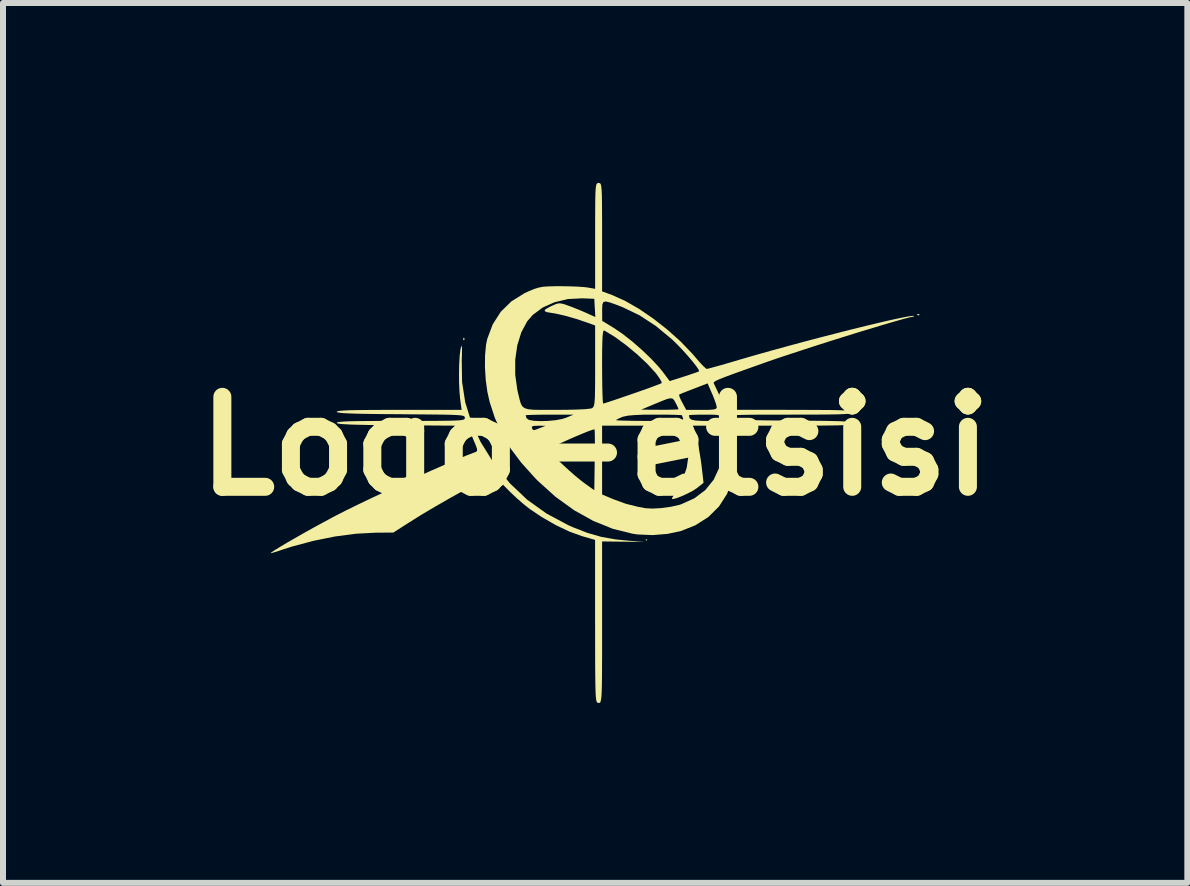
<source format=kicad_pcb>
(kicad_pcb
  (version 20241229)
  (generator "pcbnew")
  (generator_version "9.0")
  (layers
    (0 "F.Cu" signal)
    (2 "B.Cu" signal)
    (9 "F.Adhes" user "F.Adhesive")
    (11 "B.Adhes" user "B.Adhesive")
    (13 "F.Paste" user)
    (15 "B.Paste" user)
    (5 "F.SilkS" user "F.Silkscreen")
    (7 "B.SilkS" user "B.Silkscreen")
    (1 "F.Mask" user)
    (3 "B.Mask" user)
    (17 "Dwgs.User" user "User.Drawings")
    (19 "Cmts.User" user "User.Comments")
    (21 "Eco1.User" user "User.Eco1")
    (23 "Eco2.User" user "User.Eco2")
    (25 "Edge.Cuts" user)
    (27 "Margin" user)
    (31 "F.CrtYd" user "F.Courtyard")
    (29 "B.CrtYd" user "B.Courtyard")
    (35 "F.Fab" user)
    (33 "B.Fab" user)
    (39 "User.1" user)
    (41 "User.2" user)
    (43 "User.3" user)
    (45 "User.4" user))
  (footprint "Logo-etsisi"
    (layer "F.Cu")
    (at 6.871 4.387)
    (property "Reference" "Logo-etsisi" (at 0 0 0) (layer "F.SilkS") (effects (font (size 1.5 1.5) (thickness 0.3))))
    (attr board_only exclude_from_pos_files exclude_from_bom)
    (fp_poly (pts (xy 0.869 1.563) (xy 0.854 1.576) (xy 0.84 1.563) (xy 0.854 1.55)) (stroke (width 0) (type solid)) (fill yes) (layer "F.SilkS"))
    (fp_poly (pts (xy -2.182 -1.804) (xy -2.178 -1.772) (xy -2.182 -1.769) (xy -2.199 -1.772) (xy -2.201 -1.786) (xy -2.191 -1.808)) (stroke (width 0) (type solid)) (fill yes) (layer "F.SilkS"))
    (fp_poly (pts (xy 5.406 -2.198) (xy 5.402 -2.182) (xy 5.387 -2.18) (xy 5.363 -2.19) (xy 5.368 -2.198) (xy 5.402 -2.201)) (stroke (width 0) (type solid)) (fill yes) (layer "F.SilkS"))
    (fp_poly (pts (xy -2.221 -1.662) (xy -2.219 -1.607) (xy -2.221 -1.504) (xy -2.224 -1.425) (xy -2.218 -1.068) (xy -2.166 -0.732) (xy -2.065 -0.406) (xy -1.913 -0.077) (xy -1.899 -0.053) (xy -1.676 0.306) (xy -1.421 0.62) (xy -1.133 0.893) (xy -0.81 1.124) (xy -0.451 1.316) (xy -0.373 1.351) (xy -0.126 1.447) (xy 0.104 1.513) (xy 0.343 1.555) (xy 0.55 1.576) (xy 0.825 1.596) (xy 0.471 1.593) (xy 0.116 1.589) (xy 0.116 2.935) (xy 0.116 3.235) (xy 0.116 3.487) (xy 0.115 3.695) (xy 0.114 3.863) (xy 0.112 3.996) (xy 0.109 4.097) (xy 0.105 4.17) (xy 0.099 4.221) (xy 0.092 4.254) (xy 0.084 4.272) (xy 0.074 4.28) (xy 0.061 4.281) (xy 0.058 4.281) (xy 0.045 4.28) (xy 0.034 4.274) (xy 0.025 4.259) (xy 0.018 4.231) (xy 0.012 4.185) (xy 0.008 4.117) (xy 0.005 4.023) (xy 0.003 3.899) (xy 0.001 3.741) (xy 0.00016 3.544) (xy -0.000283 3.304) (xy -0.000481 3.017) (xy -0.001 2.922) (xy -0.001 1.563) (xy -0.22 1.5) (xy -0.428 1.425) (xy -0.657 1.316) (xy -0.892 1.181) (xy -1.087 1.05) (xy -1.189 0.97) (xy -1.304 0.87) (xy -1.419 0.762) (xy -1.523 0.656) (xy -1.604 0.565) (xy -1.645 0.51) (xy -1.662 0.49) (xy -1.689 0.486) (xy -1.736 0.5) (xy -1.813 0.536) (xy -1.916 0.59) (xy -2.158 0.72) (xy -2.414 0.863) (xy -2.668 1.009) (xy -2.904 1.149) (xy -3.094 1.268) (xy -3.364 1.441) (xy -3.661 1.443) (xy -3.984 1.46) (xy -4.336 1.506) (xy -4.697 1.579) (xy -5.052 1.674) (xy -5.196 1.72) (xy -5.294 1.753) (xy -5.37 1.776) (xy -5.409 1.786) (xy -5.409 1.786) (xy -5.399 1.773) (xy -5.346 1.737) (xy -5.258 1.683) (xy -5.142 1.613) (xy -5.004 1.534) (xy -4.852 1.447) (xy -4.694 1.359) (xy -4.535 1.272) (xy -4.384 1.191) (xy -4.33 1.162) (xy -4.159 1.075) (xy -3.956 0.975) (xy -3.728 0.866) (xy -3.484 0.751) (xy -3.232 0.635) (xy -2.981 0.52) (xy -2.738 0.411) (xy -2.513 0.312) (xy -2.312 0.225) (xy -2.145 0.156) (xy -2.02 0.108) (xy -2.009 0.104) (xy -1.98 0.092) (xy -1.967 0.074) (xy -1.97 0.041) (xy -1.992 -0.02) (xy -2.034 -0.118) (xy -2.038 -0.129) (xy -2.129 -0.34) (xy -3.212 -0.347) (xy -3.506 -0.35) (xy -3.747 -0.352) (xy -3.938 -0.356) (xy -4.084 -0.36) (xy -4.19 -0.366) (xy -4.26 -0.372) (xy -4.298 -0.38) (xy -4.308 -0.387) (xy -4.3 -0.396) (xy -4.266 -0.403) (xy -4.2 -0.409) (xy -4.099 -0.414) (xy -3.959 -0.417) (xy -3.774 -0.419) (xy -3.54 -0.42) (xy -3.253 -0.42) (xy -3.246 -0.42) (xy -2.969 -0.42) (xy -2.744 -0.421) (xy -2.566 -0.422) (xy -2.429 -0.424) (xy -2.328 -0.427) (xy -2.258 -0.431) (xy -2.213 -0.437) (xy -2.187 -0.445) (xy -2.175 -0.455) (xy -2.172 -0.468) (xy -2.172 -0.472) (xy -2.174 -0.486) (xy -2.182 -0.497) (xy -2.203 -0.506) (xy -2.242 -0.513) (xy -2.304 -0.518) (xy -2.396 -0.522) (xy -2.521 -0.525) (xy -2.687 -0.527) (xy -2.898 -0.529) (xy -3.161 -0.531) (xy -3.234 -0.532) (xy -3.525 -0.534) (xy -3.762 -0.537) (xy -3.95 -0.54) (xy -4.094 -0.545) (xy -4.197 -0.55) (xy -4.264 -0.557) (xy -4.3 -0.565) (xy -4.308 -0.571) (xy -4.3 -0.58) (xy -4.265 -0.587) (xy -4.2 -0.593) (xy -4.099 -0.598) (xy -3.957 -0.601) (xy -3.771 -0.603) (xy -3.536 -0.604) (xy -3.273 -0.604) (xy -2.225 -0.604) (xy -2.25 -0.781) (xy -2.261 -0.905) (xy -2.268 -1.053) (xy -2.269 -1.212) (xy -2.266 -1.367) (xy -2.258 -1.505) (xy -2.245 -1.61) (xy -2.238 -1.642) (xy -2.227 -1.673)) (stroke (width 0) (type solid)) (fill yes) (layer "F.SilkS"))
    (fp_poly (pts (xy 0.073 -4.385) (xy 0.086 -4.378) (xy 0.096 -4.359) (xy 0.103 -4.323) (xy 0.108 -4.266) (xy 0.112 -4.181) (xy 0.114 -4.065) (xy 0.115 -3.912) (xy 0.116 -3.716) (xy 0.116 -3.483) (xy 0.116 -2.58) (xy 0.282 -2.519) (xy 0.497 -2.423) (xy 0.729 -2.29) (xy 0.968 -2.127) (xy 1.203 -1.943) (xy 1.423 -1.746) (xy 1.618 -1.543) (xy 1.666 -1.487) (xy 1.74 -1.401) (xy 1.804 -1.333) (xy 1.849 -1.293) (xy 1.861 -1.287) (xy 1.897 -1.295) (xy 1.978 -1.317) (xy 2.098 -1.35) (xy 2.246 -1.393) (xy 2.415 -1.443) (xy 2.463 -1.457) (xy 2.691 -1.523) (xy 2.94 -1.593) (xy 3.202 -1.665) (xy 3.472 -1.738) (xy 3.745 -1.81) (xy 4.014 -1.879) (xy 4.273 -1.945) (xy 4.516 -2.005) (xy 4.738 -2.058) (xy 4.932 -2.103) (xy 5.092 -2.137) (xy 5.213 -2.161) (xy 5.288 -2.171) (xy 5.309 -2.171) (xy 5.315 -2.16) (xy 5.291 -2.156) (xy 5.241 -2.146) (xy 5.144 -2.121) (xy 5.006 -2.082) (xy 4.834 -2.032) (xy 4.635 -1.972) (xy 4.416 -1.906) (xy 4.184 -1.834) (xy 3.945 -1.759) (xy 3.706 -1.683) (xy 3.475 -1.608) (xy 3.258 -1.537) (xy 3.061 -1.472) (xy 2.893 -1.414) (xy 2.867 -1.405) (xy 2.622 -1.318) (xy 2.426 -1.248) (xy 2.273 -1.193) (xy 2.158 -1.15) (xy 2.077 -1.118) (xy 2.023 -1.094) (xy 1.992 -1.076) (xy 1.978 -1.063) (xy 1.976 -1.051) (xy 1.979 -1.044) (xy 1.997 -1.006) (xy 2.032 -0.933) (xy 2.076 -0.839) (xy 2.091 -0.808) (xy 2.187 -0.606) (xy 3.237 -0.605) (xy 3.514 -0.604) (xy 3.739 -0.603) (xy 3.916 -0.602) (xy 4.052 -0.599) (xy 4.151 -0.595) (xy 4.218 -0.59) (xy 4.26 -0.583) (xy 4.281 -0.575) (xy 4.286 -0.565) (xy 4.28 -0.554) (xy 4.259 -0.546) (xy 4.217 -0.539) (xy 4.148 -0.534) (xy 4.047 -0.53) (xy 3.91 -0.528) (xy 3.73 -0.526) (xy 3.503 -0.526) (xy 3.256 -0.525) (xy 2.984 -0.525) (xy 2.765 -0.525) (xy 2.593 -0.523) (xy 2.462 -0.521) (xy 2.367 -0.518) (xy 2.302 -0.513) (xy 2.262 -0.507) (xy 2.242 -0.498) (xy 2.235 -0.488) (xy 2.236 -0.479) (xy 2.242 -0.467) (xy 2.258 -0.457) (xy 2.29 -0.449) (xy 2.343 -0.443) (xy 2.423 -0.438) (xy 2.536 -0.435) (xy 2.687 -0.432) (xy 2.882 -0.429) (xy 3.126 -0.427) (xy 3.266 -0.426) (xy 3.539 -0.424) (xy 3.76 -0.422) (xy 3.934 -0.419) (xy 4.066 -0.416) (xy 4.162 -0.411) (xy 4.226 -0.405) (xy 4.265 -0.398) (xy 4.283 -0.389) (xy 4.286 -0.381) (xy 4.28 -0.37) (xy 4.258 -0.362) (xy 4.214 -0.355) (xy 4.144 -0.35) (xy 4.041 -0.346) (xy 3.901 -0.344) (xy 3.718 -0.342) (xy 3.486 -0.342) (xy 3.276 -0.341) (xy 2.265 -0.341) (xy 2.294 -0.23) (xy 2.312 -0.121) (xy 2.322 0.021) (xy 2.324 0.179) (xy 2.318 0.336) (xy 2.305 0.473) (xy 2.29 0.552) (xy 2.199 0.796) (xy 2.064 1.007) (xy 1.888 1.181) (xy 1.67 1.32) (xy 1.43 1.415) (xy 1.206 1.463) (xy 0.958 1.483) (xy 0.713 1.473) (xy 0.623 1.46) (xy 0.296 1.379) (xy -0.03 1.247) (xy -0.35 1.069) (xy -0.659 0.846) (xy -0.953 0.581) (xy -1.003 0.53) (xy -1.229 0.279) (xy -1.396 0.057) (xy -0.782 0.057) (xy -0.762 0.087) (xy -0.709 0.146) (xy -0.63 0.224) (xy -0.535 0.313) (xy -0.432 0.407) (xy -0.331 0.496) (xy -0.238 0.572) (xy -0.174 0.621) (xy -0.014 0.735) (xy -0.007 0.233) (xy -0.007 0.233) (xy 0.116 0.233) (xy 0.116 0.806) (xy 0.311 0.888) (xy 0.512 0.961) (xy 0.716 1.012) (xy 0.84 1.035) (xy 0.956 1.041) (xy 1.103 1.033) (xy 1.257 1.012) (xy 1.396 0.981) (xy 1.432 0.97) (xy 1.656 0.869) (xy 1.837 0.732) (xy 1.976 0.56) (xy 2.073 0.351) (xy 2.127 0.107) (xy 2.135 0.023) (xy 2.14 -0.09) (xy 2.14 -0.19) (xy 2.135 -0.26) (xy 2.132 -0.273) (xy 2.12 -0.306) (xy 2.099 -0.327) (xy 2.057 -0.337) (xy 1.98 -0.341) (xy 1.871 -0.341) (xy 1.629 -0.341) (xy 1.684 -0.151) (xy 1.712 -0.04) (xy 1.74 0.101) (xy 1.764 0.249) (xy 1.774 0.326) (xy 1.807 0.612) (xy 1.696 0.7) (xy 1.629 0.744) (xy 1.541 0.79) (xy 1.447 0.833) (xy 1.362 0.866) (xy 1.3 0.882) (xy 1.279 0.88) (xy 1.288 0.855) (xy 1.322 0.802) (xy 1.346 0.768) (xy 1.454 0.577) (xy 1.527 0.358) (xy 1.561 0.127) (xy 1.553 -0.101) (xy 1.537 -0.19) (xy 1.502 -0.341) (xy 0.809 -0.341) (xy 0.116 -0.341) (xy 0.116 0.233) (xy -0.007 0.233) (xy -0.005 0.076) (xy -0.004 -0.062) (xy -0.005 -0.173) (xy -0.007 -0.248) (xy -0.01 -0.28) (xy -0.01 -0.28) (xy -0.04 -0.274) (xy -0.11 -0.249) (xy -0.208 -0.21) (xy -0.325 -0.161) (xy -0.448 -0.107) (xy -0.566 -0.054) (xy -0.669 -0.006) (xy -0.744 0.031) (xy -0.78 0.054) (xy -0.782 0.057) (xy -1.396 0.057) (xy -1.41 0.038) (xy -1.555 -0.207) (xy -1.606 -0.324) (xy -1.055 -0.324) (xy -1.053 -0.302) (xy -1.04 -0.274) (xy -1.022 -0.266) (xy -0.981 -0.278) (xy -0.923 -0.301) (xy -0.825 -0.339) (xy -0.948 -0.34) (xy -1.025 -0.337) (xy -1.055 -0.324) (xy -1.606 -0.324) (xy -1.671 -0.469) (xy -1.686 -0.514) (xy -1.158 -0.514) (xy -1.149 -0.483) (xy -1.141 -0.462) (xy -1.102 -0.437) (xy -1.021 -0.422) (xy -0.911 -0.417) (xy -0.787 -0.42) (xy -0.663 -0.432) (xy -0.655 -0.433) (xy 0.348 -0.433) (xy 0.375 -0.429) (xy 0.452 -0.426) (xy 0.569 -0.423) (xy 0.718 -0.421) (xy 0.889 -0.42) (xy 0.915 -0.42) (xy 1.111 -0.421) (xy 1.256 -0.422) (xy 1.357 -0.425) (xy 1.421 -0.431) (xy 1.455 -0.439) (xy 1.467 -0.45) (xy 1.466 -0.462) (xy 1.45 -0.504) (xy 1.448 -0.514) (xy 1.564 -0.514) (xy 1.572 -0.47) (xy 1.604 -0.442) (xy 1.67 -0.427) (xy 1.779 -0.421) (xy 1.842 -0.42) (xy 1.961 -0.421) (xy 2.033 -0.426) (xy 2.07 -0.437) (xy 2.084 -0.456) (xy 2.085 -0.473) (xy 2.081 -0.498) (xy 2.061 -0.513) (xy 2.013 -0.522) (xy 1.927 -0.525) (xy 1.825 -0.525) (xy 1.71 -0.524) (xy 1.621 -0.521) (xy 1.571 -0.517) (xy 1.564 -0.514) (xy 1.448 -0.514) (xy 1.421 -0.518) (xy 1.345 -0.521) (xy 1.232 -0.524) (xy 1.09 -0.525) (xy 1.003 -0.525) (xy 0.807 -0.524) (xy 0.66 -0.518) (xy 0.554 -0.509) (xy 0.479 -0.494) (xy 0.452 -0.486) (xy 0.386 -0.457) (xy 0.35 -0.436) (xy 0.348 -0.433) (xy -0.655 -0.433) (xy -0.552 -0.452) (xy -0.488 -0.472) (xy -0.362 -0.524) (xy -0.76 -0.525) (xy -0.905 -0.524) (xy -1.026 -0.522) (xy -1.113 -0.519) (xy -1.156 -0.516) (xy -1.158 -0.514) (xy -1.686 -0.514) (xy -1.758 -0.734) (xy -1.797 -0.908) (xy -1.824 -1.107) (xy -1.829 -1.188) (xy -1.332 -1.188) (xy -1.297 -0.936) (xy -1.285 -0.885) (xy -1.262 -0.789) (xy -1.242 -0.717) (xy -1.217 -0.667) (xy -1.178 -0.634) (xy -1.117 -0.615) (xy -1.026 -0.606) (xy -0.896 -0.604) (xy -0.72 -0.604) (xy -0.649 -0.604) (xy -0.458 -0.606) (xy -0.382 -0.608) (xy 0.768 -0.608) (xy 1.079 -0.606) (xy 1.205 -0.606) (xy 1.307 -0.609) (xy 1.372 -0.612) (xy 1.39 -0.616) (xy 1.379 -0.646) (xy 1.351 -0.703) (xy 1.341 -0.722) (xy 1.317 -0.766) (xy 1.292 -0.792) (xy 1.256 -0.798) (xy 1.2 -0.786) (xy 1.112 -0.752) (xy 0.982 -0.698) (xy 0.976 -0.696) (xy 0.768 -0.608) (xy -0.382 -0.608) (xy -0.295 -0.61) (xy -0.168 -0.616) (xy -0.084 -0.625) (xy -0.056 -0.631) (xy -0.039 -0.642) (xy -0.026 -0.66) (xy -0.016 -0.691) (xy -0.009 -0.742) (xy -0.004 -0.818) (xy -0.002 -0.927) (xy -0.000404 -1.073) (xy -0.000015 -1.264) (xy -0.000001 -1.328) (xy 0.116 -1.328) (xy 0.117 -1.154) (xy 0.119 -0.999) (xy 0.122 -0.87) (xy 0.126 -0.774) (xy 0.131 -0.72) (xy 0.134 -0.709) (xy 0.166 -0.718) (xy 0.243 -0.743) (xy 0.355 -0.78) (xy 0.494 -0.828) (xy 0.582 -0.858) (xy 1.4 -0.858) (xy 1.404 -0.83) (xy 1.429 -0.771) (xy 1.453 -0.726) (xy 1.518 -0.604) (xy 1.772 -0.604) (xy 1.896 -0.605) (xy 1.972 -0.61) (xy 2.012 -0.621) (xy 2.026 -0.639) (xy 2.027 -0.649) (xy 2.017 -0.696) (xy 1.99 -0.774) (xy 1.953 -0.867) (xy 1.951 -0.87) (xy 1.875 -1.046) (xy 1.644 -0.957) (xy 1.538 -0.916) (xy 1.454 -0.883) (xy 1.406 -0.862) (xy 1.4 -0.858) (xy 0.582 -0.858) (xy 0.619 -0.871) (xy 0.774 -0.925) (xy 0.909 -0.973) (xy 1.016 -1.013) (xy 1.086 -1.04) (xy 1.109 -1.05) (xy 1.104 -1.079) (xy 1.07 -1.136) (xy 1.015 -1.212) (xy 1.005 -1.224) (xy 0.869 -1.372) (xy 0.702 -1.529) (xy 0.518 -1.682) (xy 0.334 -1.817) (xy 0.164 -1.921) (xy 0.152 -1.928) (xy 0.14 -1.924) (xy 0.131 -1.894) (xy 0.124 -1.833) (xy 0.12 -1.738) (xy 0.117 -1.601) (xy 0.116 -1.419) (xy 0.116 -1.328) (xy -0.000001 -1.328) (xy 0 -1.335) (xy 0 -2.011) (xy -0.094 -2.046) (xy -0.299 -2.116) (xy -0.489 -2.171) (xy -0.651 -2.208) (xy -0.717 -2.219) (xy -0.808 -2.234) (xy -0.845 -2.254) (xy -0.827 -2.282) (xy -0.754 -2.323) (xy -0.718 -2.34) (xy -0.645 -2.372) (xy -0.591 -2.381) (xy -0.529 -2.37) (xy -0.467 -2.349) (xy -0.365 -2.311) (xy -0.244 -2.262) (xy -0.165 -2.228) (xy 0.003 -2.152) (xy -0.004 -2.28) (xy 0.117 -2.28) (xy 0.117 -2.252) (xy 0.118 -2.088) (xy 0.312 -1.97) (xy 0.456 -1.872) (xy 0.617 -1.746) (xy 0.781 -1.603) (xy 0.933 -1.457) (xy 1.061 -1.32) (xy 1.123 -1.244) (xy 1.243 -1.084) (xy 1.482 -1.16) (xy 1.591 -1.196) (xy 1.676 -1.225) (xy 1.726 -1.244) (xy 1.733 -1.248) (xy 1.725 -1.275) (xy 1.686 -1.333) (xy 1.623 -1.413) (xy 1.543 -1.507) (xy 1.454 -1.606) (xy 1.363 -1.701) (xy 1.28 -1.781) (xy 1.012 -2.003) (xy 0.74 -2.181) (xy 0.452 -2.319) (xy 0.367 -2.352) (xy 0.25 -2.394) (xy 0.177 -2.412) (xy 0.137 -2.401) (xy 0.12 -2.359) (xy 0.117 -2.28) (xy -0.004 -2.28) (xy -0.006 -2.304) (xy -0.014 -2.456) (xy -0.215 -2.464) (xy -0.453 -2.452) (xy -0.676 -2.399) (xy -0.875 -2.31) (xy -1.039 -2.188) (xy -1.132 -2.081) (xy -1.231 -1.897) (xy -1.298 -1.68) (xy -1.332 -1.44) (xy -1.332 -1.188) (xy -1.829 -1.188) (xy -1.837 -1.314) (xy -1.835 -1.513) (xy -1.819 -1.688) (xy -1.799 -1.786) (xy -1.707 -2.031) (xy -1.573 -2.24) (xy -1.396 -2.413) (xy -1.178 -2.549) (xy -1.107 -2.582) (xy -1.018 -2.619) (xy -0.944 -2.642) (xy -0.869 -2.657) (xy -0.775 -2.663) (xy -0.646 -2.666) (xy -0.579 -2.666) (xy -0.432 -2.664) (xy -0.293 -2.659) (xy -0.181 -2.651) (xy -0.123 -2.644) (xy 0 -2.622) (xy 0 -3.504) (xy 0.000093 -3.743) (xy 0.001 -3.934) (xy 0.002 -4.083) (xy 0.004 -4.195) (xy 0.008 -4.275) (xy 0.014 -4.329) (xy 0.021 -4.362) (xy 0.032 -4.379) (xy 0.045 -4.386) (xy 0.058 -4.387)) (stroke (width 0) (type solid)) (fill yes) (layer "F.SilkS")))
  (gr_rect
    (start -3 -3)
    (end 16.743 11.668)
    (stroke (width 0.1) (type default))
    (fill no)
    (layer "Edge.Cuts")))
</source>
